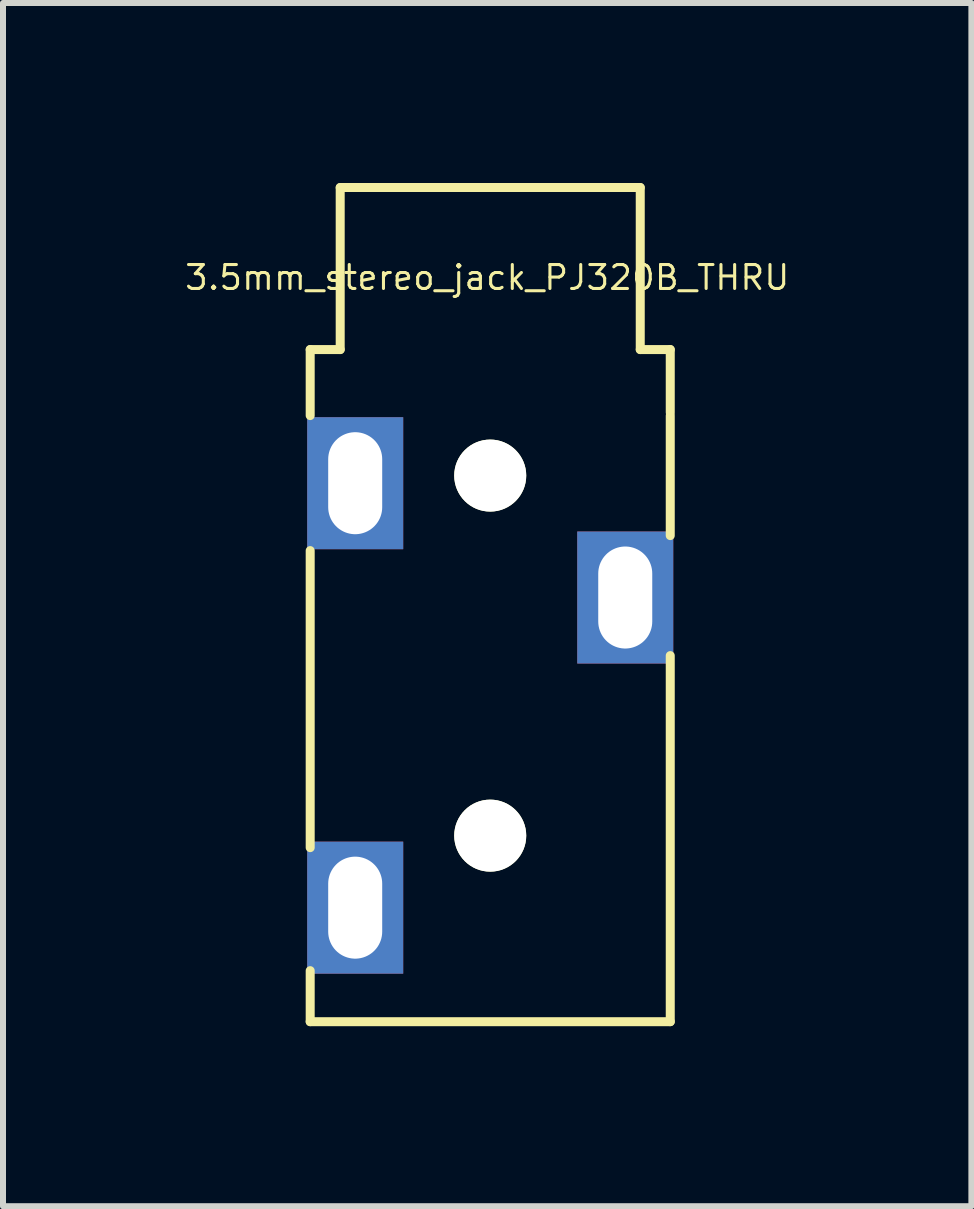
<source format=kicad_pcb>
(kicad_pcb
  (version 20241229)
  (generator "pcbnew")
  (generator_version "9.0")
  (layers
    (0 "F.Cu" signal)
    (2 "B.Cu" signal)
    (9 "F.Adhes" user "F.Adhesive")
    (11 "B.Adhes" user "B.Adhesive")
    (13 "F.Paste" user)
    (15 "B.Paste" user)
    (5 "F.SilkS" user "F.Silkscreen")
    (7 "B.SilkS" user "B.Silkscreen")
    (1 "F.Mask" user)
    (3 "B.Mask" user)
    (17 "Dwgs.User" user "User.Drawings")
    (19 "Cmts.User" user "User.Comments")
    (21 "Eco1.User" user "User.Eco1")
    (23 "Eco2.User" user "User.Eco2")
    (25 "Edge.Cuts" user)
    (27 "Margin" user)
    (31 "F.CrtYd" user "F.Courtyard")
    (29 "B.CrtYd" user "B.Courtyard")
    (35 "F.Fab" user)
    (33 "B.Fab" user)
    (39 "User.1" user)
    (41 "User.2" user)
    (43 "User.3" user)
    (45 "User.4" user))
  (footprint "3.5mm_stereo_jack_PJ320B_THRU"
    (layer "F.Cu")
    (at 5.119 4.875)
    (property "Reference" "3.5mm_stereo_jack_PJ320B_THRU" (at -0.05 -3.3 0) (layer "F.SilkS") (effects (font (size 0.399 0.399) (thickness 0.051))))
    (attr through_hole)
    (fp_line (start -3 -2.1) (end -2.5 -2.1) (stroke (width 0.15) (type solid)) (layer "F.SilkS"))
    (fp_line (start -3 -1) (end -3 -2.1) (stroke (width 0.15) (type solid)) (layer "F.SilkS"))
    (fp_line (start -3 1.25) (end -3 6.2) (stroke (width 0.15) (type solid)) (layer "F.SilkS"))
    (fp_line (start -3 9.1) (end -3 8.25) (stroke (width 0.15) (type solid)) (layer "F.SilkS"))
    (fp_line (start -2.5 -4.8) (end 2.5 -4.8) (stroke (width 0.15) (type solid)) (layer "F.SilkS"))
    (fp_line (start -2.5 -2.1) (end -2.5 -4.8) (stroke (width 0.15) (type solid)) (layer "F.SilkS"))
    (fp_line (start 2.5 -4.8) (end 2.5 -2.1) (stroke (width 0.15) (type solid)) (layer "F.SilkS"))
    (fp_line (start 2.5 -2.1) (end 3 -2.1) (stroke (width 0.15) (type solid)) (layer "F.SilkS"))
    (fp_line (start 3 -2.1) (end 3 -1.05) (stroke (width 0.15) (type solid)) (layer "F.SilkS"))
    (fp_line (start 3 -1) (end 3 1) (stroke (width 0.15) (type solid)) (layer "F.SilkS"))
    (fp_line (start 3 3) (end 3 9.1) (stroke (width 0.15) (type solid)) (layer "F.SilkS"))
    (fp_line (start 3 9.1) (end -3 9.1) (stroke (width 0.15) (type solid)) (layer "F.SilkS"))
    (pad "" np_thru_hole circle (at 0 0) (size 1.2 1.2) (drill 1.2) (layers "*.Cu" "*.Mask" "F.SilkS"))
    (pad "" np_thru_hole circle (at 0 6) (size 1.2 1.2) (drill 1.2) (layers "*.Cu" "*.Mask" "F.SilkS"))
    (pad "1" thru_hole rect (at -2.25 0.127) (size 1.6 2.2) (drill oval 0.9 1.7) (layers "*.Cu" "*.Mask"))
    (pad "2" thru_hole rect (at -2.25 7.2) (size 1.6 2.2) (drill oval 0.9 1.7) (layers "*.Cu" "*.Mask"))
    (pad "3" thru_hole rect (at 2.25 2.032) (size 1.6 2.2) (drill oval 0.9 1.7) (layers "*.Cu" "*.Mask")))
  (gr_rect
    (start -3 -3)
    (end 13.137 17.05)
    (stroke (width 0.1) (type default))
    (fill no)
    (layer "Edge.Cuts")))
</source>
